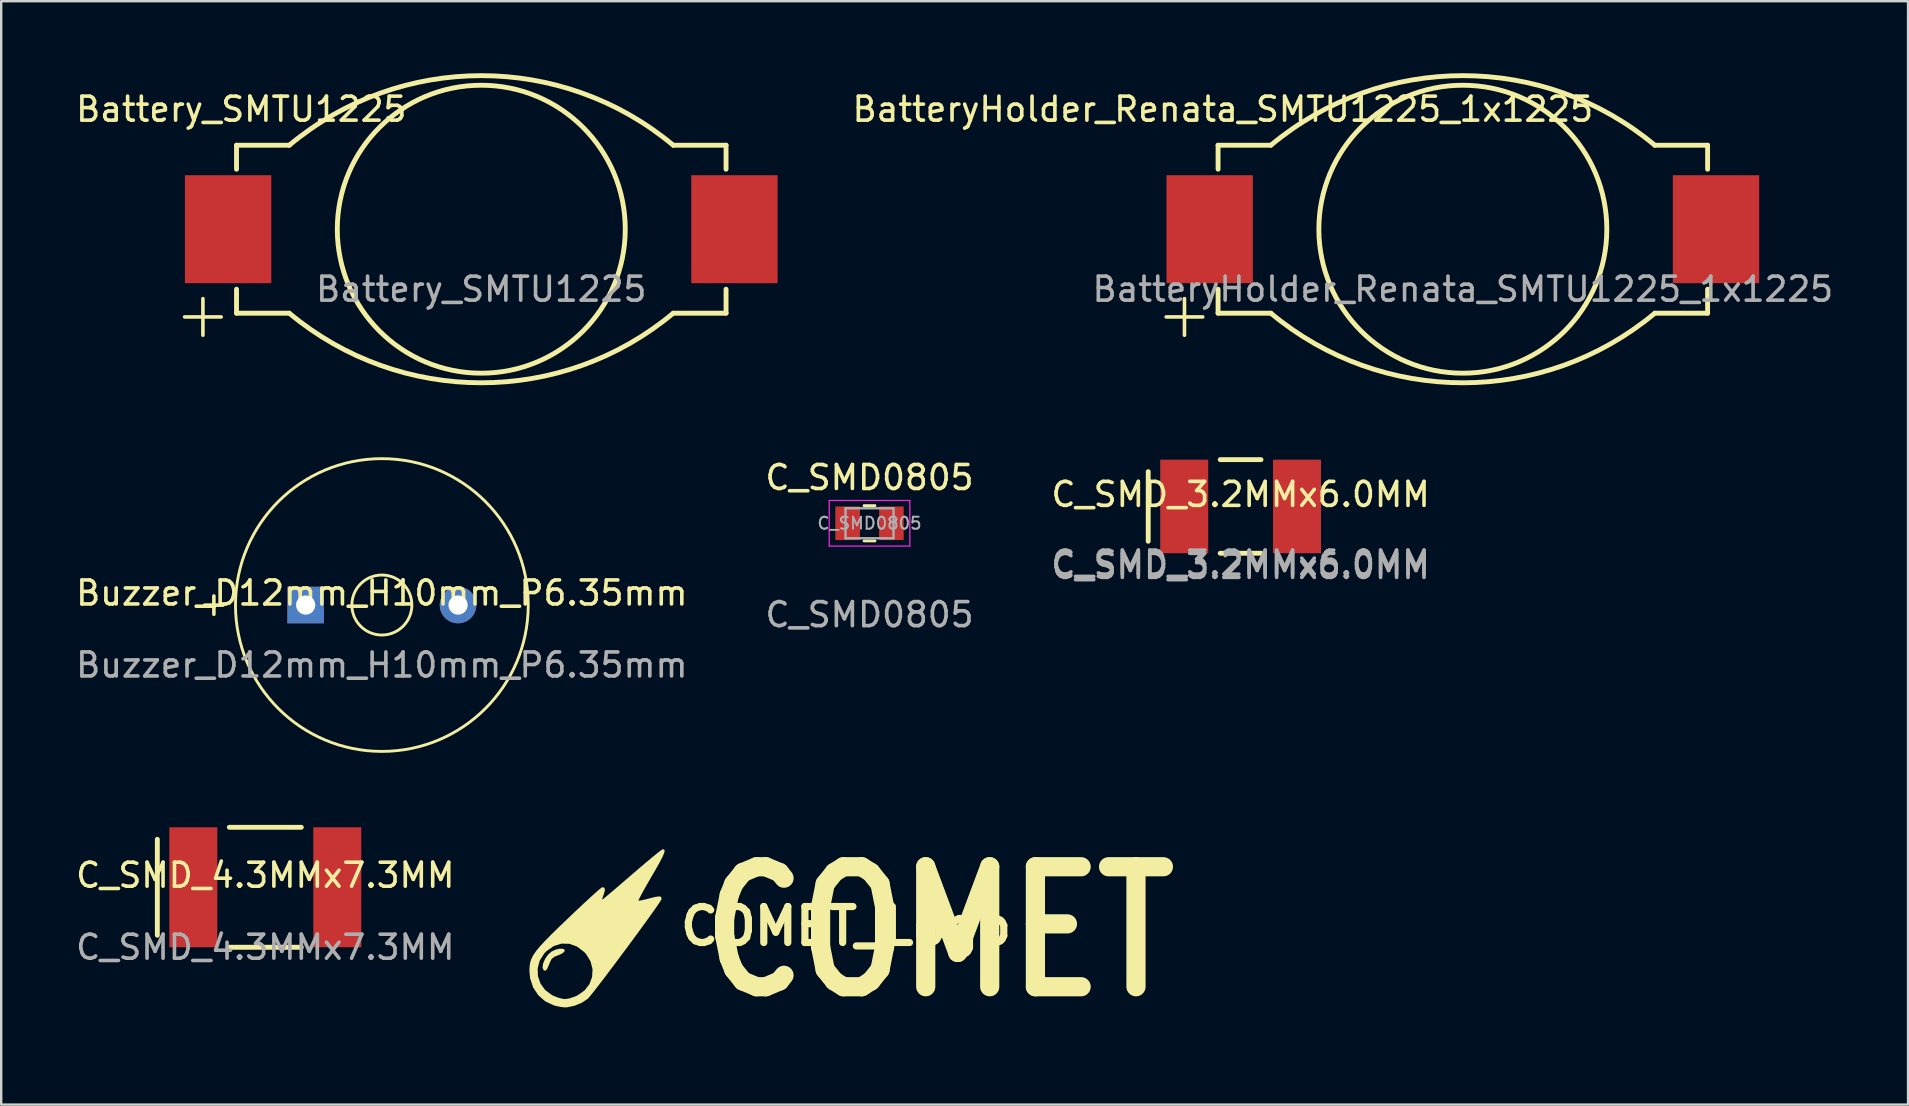
<source format=kicad_pcb>
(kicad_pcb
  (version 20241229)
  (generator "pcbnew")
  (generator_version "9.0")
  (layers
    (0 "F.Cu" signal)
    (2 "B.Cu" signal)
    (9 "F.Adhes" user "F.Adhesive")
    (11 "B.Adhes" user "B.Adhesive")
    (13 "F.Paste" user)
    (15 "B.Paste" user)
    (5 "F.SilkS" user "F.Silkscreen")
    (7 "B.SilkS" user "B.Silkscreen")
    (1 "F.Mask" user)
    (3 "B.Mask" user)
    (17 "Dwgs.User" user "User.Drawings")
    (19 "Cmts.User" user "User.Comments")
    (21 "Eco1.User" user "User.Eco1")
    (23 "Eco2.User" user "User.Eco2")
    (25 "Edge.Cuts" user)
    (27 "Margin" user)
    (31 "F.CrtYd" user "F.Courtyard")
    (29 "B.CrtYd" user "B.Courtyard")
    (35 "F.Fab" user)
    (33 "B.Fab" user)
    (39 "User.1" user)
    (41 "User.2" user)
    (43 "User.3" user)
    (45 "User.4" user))
  (footprint "BatteryHolder_Renata_SMTU1225_1x1225"
    (layer "F.Cu")
    (at 57.91 6.502)
    (property "Reference" "BatteryHolder_Renata_SMTU1225_1x1225" (at -10 -5 0) (unlocked yes) (layer "F.SilkS") (effects (font (size 1 1) (thickness 0.15))))
    (attr smd)
    (fp_line (start -10.2 -3.5) (end -8 -3.5) (stroke (width 0.203) (type solid)) (layer "F.SilkS"))
    (fp_line (start -10.2 -2.5) (end -10.2 -3.5) (stroke (width 0.203) (type solid)) (layer "F.SilkS"))
    (fp_line (start -10.2 2.5) (end -10.2 3.5) (stroke (width 0.203) (type solid)) (layer "F.SilkS"))
    (fp_line (start -10.2 3.5) (end -8 3.5) (stroke (width 0.203) (type solid)) (layer "F.SilkS"))
    (fp_line (start 10.2 -3.5) (end 8 -3.5) (stroke (width 0.203) (type solid)) (layer "F.SilkS"))
    (fp_line (start 10.2 -2.5) (end 10.2 -3.5) (stroke (width 0.203) (type solid)) (layer "F.SilkS"))
    (fp_line (start 10.2 2.5) (end 10.2 3.5) (stroke (width 0.203) (type solid)) (layer "F.SilkS"))
    (fp_line (start 10.2 3.5) (end 8 3.5) (stroke (width 0.203) (type solid)) (layer "F.SilkS"))
    (fp_arc (start -8 -3.5) (mid 0 -6.399975) (end 8 -3.5) (stroke (width 0.2032) (type solid)) (layer "F.SilkS"))
    (fp_arc (start 8 3.500025) (mid 0 6.4) (end -8 3.500025) (stroke (width 0.2032) (type solid)) (layer "F.SilkS"))
    (fp_circle (center 0 0) (end 0 6) (stroke (width 0.203) (type solid)) (fill no) (layer "F.SilkS"))
    (fp_text user "+" (at -11.6 3.5 0) (unlocked yes) (layer "F.SilkS") (effects (font (size 2 2) (thickness 0.15))))
    (fp_text user "${REFERENCE}" (at 0 2.5 0) (unlocked yes) (layer "F.Fab") (effects (font (size 1 1) (thickness 0.15))))
    (pad "1" smd rect (at -10.55 0) (size 3.6 4.5) (layers "F.Cu" "F.Mask" "F.Paste"))
    (pad "2" smd rect (at 10.55 0) (size 3.6 4.5) (layers "F.Cu" "F.Mask" "F.Paste")))
  (footprint "C_SMD_4.3MMx7.3MM"
    (layer "F.Cu")
    (at 8.006 33.925)
    (property "Reference" "C_SMD_4.3MMx7.3MM" (at 0 -0.5 0) (unlocked yes) (layer "F.SilkS") (effects (font (size 1 1) (thickness 0.15))))
    (attr smd)
    (fp_line (start -4.5 -2) (end -4.5 2) (stroke (width 0.203) (type solid)) (layer "F.SilkS"))
    (fp_line (start -1.5 -2.5) (end 1.5 -2.5) (stroke (width 0.203) (type solid)) (layer "F.SilkS"))
    (fp_line (start -1.5 2.5) (end 1.5 2.5) (stroke (width 0.203) (type solid)) (layer "F.SilkS"))
    (fp_text user "${REFERENCE}" (at 0 2.5 0) (unlocked yes) (layer "F.Fab") (effects (font (size 1 1) (thickness 0.15))))
    (pad "1" smd rect (at -3 0) (size 2 5) (layers "F.Cu" "F.Mask" "F.Paste"))
    (pad "2" smd rect (at 3 0) (size 2 5) (layers "F.Cu" "F.Mask" "F.Paste")))
  (footprint "Battery_SMTU1225"
    (layer "F.Cu")
    (at 17.006 6.502)
    (property "Reference" "Battery_SMTU1225" (at -10 -5 0) (unlocked yes) (layer "F.SilkS") (effects (font (size 1 1) (thickness 0.15))))
    (attr smd)
    (fp_line (start -10.2 -3.5) (end -8 -3.5) (stroke (width 0.203) (type solid)) (layer "F.SilkS"))
    (fp_line (start -10.2 -2.5) (end -10.2 -3.5) (stroke (width 0.203) (type solid)) (layer "F.SilkS"))
    (fp_line (start -10.2 2.5) (end -10.2 3.5) (stroke (width 0.203) (type solid)) (layer "F.SilkS"))
    (fp_line (start -10.2 3.5) (end -8 3.5) (stroke (width 0.203) (type solid)) (layer "F.SilkS"))
    (fp_line (start 10.2 -3.5) (end 8 -3.5) (stroke (width 0.203) (type solid)) (layer "F.SilkS"))
    (fp_line (start 10.2 -2.5) (end 10.2 -3.5) (stroke (width 0.203) (type solid)) (layer "F.SilkS"))
    (fp_line (start 10.2 2.5) (end 10.2 3.5) (stroke (width 0.203) (type solid)) (layer "F.SilkS"))
    (fp_line (start 10.2 3.5) (end 8 3.5) (stroke (width 0.203) (type solid)) (layer "F.SilkS"))
    (fp_arc (start -8 -3.5) (mid 0 -6.399975) (end 8 -3.5) (stroke (width 0.2032) (type solid)) (layer "F.SilkS"))
    (fp_arc (start 8 3.500025) (mid 0 6.4) (end -8 3.500025) (stroke (width 0.2032) (type solid)) (layer "F.SilkS"))
    (fp_circle (center 0 0) (end 0 6) (stroke (width 0.203) (type solid)) (fill no) (layer "F.SilkS"))
    (fp_text user "+" (at -11.6 3.5 0) (unlocked yes) (layer "F.SilkS") (effects (font (size 2 2) (thickness 0.15))))
    (fp_text user "${REFERENCE}" (at 0 2.5 0) (unlocked yes) (layer "F.Fab") (effects (font (size 1 1) (thickness 0.15))))
    (pad "1" smd rect (at -10.55 0) (size 3.6 4.5) (layers "F.Cu" "F.Mask" "F.Paste"))
    (pad "2" smd rect (at 10.55 0) (size 3.6 4.5) (layers "F.Cu" "F.Mask" "F.Paste")))
  (footprint "COMET_Logo"
    (layer "F.Cu")
    (at 32.208 35.548)
    (property "Reference" "COMET_Logo" (at 0 0 0) (layer "F.SilkS") (effects (font (size 1.5 1.5) (thickness 0.3))))
    (attr board_only exclude_from_pos_files exclude_from_bom)
    (fp_poly (pts (xy -11.8 0.94) (xy -11.726 0.987) (xy -11.722 1.027) (xy -11.785 1.104) (xy -11.919 1.18) (xy -11.968 1.198) (xy -12.152 1.272) (xy -12.263 1.356) (xy -12.338 1.492) (xy -12.382 1.611) (xy -12.463 1.792) (xy -12.542 1.859) (xy -12.606 1.831) (xy -12.649 1.713) (xy -12.623 1.544) (xy -12.541 1.356) (xy -12.418 1.181) (xy -12.268 1.052) (xy -12.101 0.974) (xy -11.935 0.937)) (stroke (width 0) (type solid)) (fill yes) (layer "F.SilkS"))
    (fp_poly (pts (xy -7.56 -3.158) (xy -7.577 -3.061) (xy -7.644 -2.9) (xy -7.765 -2.667) (xy -7.942 -2.351) (xy -8.091 -2.095) (xy -8.269 -1.788) (xy -8.422 -1.517) (xy -8.543 -1.296) (xy -8.623 -1.142) (xy -8.653 -1.07) (xy -8.653 -1.067) (xy -8.588 -1.069) (xy -8.441 -1.098) (xy -8.241 -1.147) (xy -8.2 -1.158) (xy -7.947 -1.222) (xy -7.788 -1.244) (xy -7.708 -1.222) (xy -7.69 -1.157) (xy -7.698 -1.116) (xy -7.74 -1.041) (xy -7.844 -0.885) (xy -8.001 -0.66) (xy -8.201 -0.379) (xy -8.437 -0.053) (xy -8.698 0.306) (xy -8.977 0.685) (xy -9.264 1.072) (xy -9.55 1.456) (xy -9.827 1.824) (xy -10.084 2.165) (xy -10.315 2.465) (xy -10.508 2.714) (xy -10.656 2.899) (xy -10.75 3.007) (xy -10.766 3.023) (xy -11.005 3.185) (xy -11.305 3.31) (xy -11.611 3.377) (xy -11.737 3.383) (xy -11.906 3.362) (xy -12.113 3.316) (xy -12.181 3.297) (xy -12.537 3.129) (xy -12.828 2.874) (xy -13.042 2.549) (xy -13.167 2.17) (xy -13.196 1.869) (xy -13.192 1.751) (xy -12.852 1.751) (xy -12.841 2.077) (xy -12.736 2.386) (xy -12.541 2.657) (xy -12.262 2.867) (xy -12.227 2.885) (xy -12.018 2.97) (xy -11.813 3.025) (xy -11.712 3.036) (xy -11.539 3.01) (xy -11.326 2.941) (xy -11.197 2.885) (xy -10.902 2.68) (xy -10.696 2.416) (xy -10.583 2.113) (xy -10.566 1.791) (xy -10.647 1.469) (xy -10.83 1.167) (xy -10.916 1.073) (xy -11.213 0.848) (xy -11.534 0.732) (xy -11.862 0.725) (xy -12.183 0.826) (xy -12.479 1.034) (xy -12.577 1.135) (xy -12.766 1.43) (xy -12.852 1.751) (xy -13.192 1.751) (xy -13.19 1.694) (xy -13.169 1.535) (xy -13.123 1.381) (xy -13.045 1.222) (xy -12.928 1.047) (xy -12.762 0.845) (xy -12.54 0.605) (xy -12.255 0.317) (xy -11.897 -0.032) (xy -11.561 -0.353) (xy -11.234 -0.664) (xy -10.932 -0.947) (xy -10.665 -1.194) (xy -10.444 -1.394) (xy -10.281 -1.537) (xy -10.186 -1.614) (xy -10.168 -1.624) (xy -10.073 -1.607) (xy -10.048 -1.505) (xy -10.096 -1.329) (xy -10.102 -1.316) (xy -10.15 -1.185) (xy -10.164 -1.114) (xy -10.16 -1.109) (xy -10.11 -1.146) (xy -9.984 -1.25) (xy -9.793 -1.41) (xy -9.549 -1.617) (xy -9.264 -1.862) (xy -8.949 -2.134) (xy -8.935 -2.146) (xy -8.616 -2.42) (xy -8.323 -2.669) (xy -8.068 -2.881) (xy -7.864 -3.047) (xy -7.724 -3.157) (xy -7.658 -3.2) (xy -7.658 -3.2) (xy -7.588 -3.201)) (stroke (width 0) (type solid)) (fill yes) (layer "F.SilkS"))
    (fp_text user "COMET" (at -6.35 3.175 0) (unlocked yes) (layer "F.SilkS") (effects (font (size 5 4) (thickness 0.8) (bold yes)) (justify left bottom))))
  (footprint "C_SMD0805"
    (layer "F.Cu")
    (at 33.185 18.756)
    (property "Reference" "C_SMD0805" (at 0 -1.905 0) (unlocked yes) (layer "F.SilkS") (effects (font (size 1 1) (thickness 0.15))))
    (attr smd)
    (fp_line (start -0.227 -0.735) (end 0.227 -0.735) (stroke (width 0.12) (type solid)) (layer "F.SilkS"))
    (fp_line (start -0.227 0.735) (end 0.227 0.735) (stroke (width 0.12) (type solid)) (layer "F.SilkS"))
    (fp_line (start -1.68 -0.95) (end 1.68 -0.95) (stroke (width 0.05) (type solid)) (layer "F.CrtYd"))
    (fp_line (start -1.68 0.95) (end -1.68 -0.95) (stroke (width 0.05) (type solid)) (layer "F.CrtYd"))
    (fp_line (start 1.68 -0.95) (end 1.68 0.95) (stroke (width 0.05) (type solid)) (layer "F.CrtYd"))
    (fp_line (start 1.68 0.95) (end -1.68 0.95) (stroke (width 0.05) (type solid)) (layer "F.CrtYd"))
    (fp_line (start -1 -0.625) (end 1 -0.625) (stroke (width 0.1) (type solid)) (layer "F.Fab"))
    (fp_line (start -1 0.625) (end -1 -0.625) (stroke (width 0.1) (type solid)) (layer "F.Fab"))
    (fp_line (start 1 -0.625) (end 1 0.625) (stroke (width 0.1) (type solid)) (layer "F.Fab"))
    (fp_line (start 1 0.625) (end -1 0.625) (stroke (width 0.1) (type solid)) (layer "F.Fab"))
    (fp_text user "${REFERENCE}" (at 0 3.81 0) (unlocked yes) (layer "F.Fab") (effects (font (size 1 1) (thickness 0.15))))
    (fp_text user "${REFERENCE}" (at 0 0 0) (layer "F.Fab") (effects (font (size 0.5 0.5) (thickness 0.08))))
    (pad "1" smd rect (at -0.912 0) (size 1.025 1.4) (layers "F.Cu" "F.Mask" "F.Paste"))
    (pad "2" smd rect (at 0.912 0) (size 1.025 1.4) (layers "F.Cu" "F.Mask" "F.Paste")))
  (footprint "Buzzer_D12mm_H10mm_P6.35mm"
    (layer "F.Cu")
    (at 12.863 22.163)
    (property "Reference" "Buzzer_D12mm_H10mm_P6.35mm" (at 0 -0.5 0) (unlocked yes) (layer "F.SilkS") (effects (font (size 1 1) (thickness 0.15))))
    (attr through_hole)
    (fp_circle (center 0 0) (end 1.25 0) (stroke (width 0.12) (type solid)) (fill no) (layer "F.SilkS"))
    (fp_circle (center 0 0) (end 6.1 0) (stroke (width 0.12) (type solid)) (fill no) (layer "F.SilkS"))
    (fp_text user "+" (at -7 -0.07 0) (unlocked yes) (layer "F.SilkS") (effects (font (size 1 1) (thickness 0.15))))
    (fp_text user "${REFERENCE}" (at 0 2.5 0) (unlocked yes) (layer "F.Fab") (effects (font (size 1 1) (thickness 0.15))))
    (pad "1" thru_hole rect (at -3.175 0) (size 1.524 1.524) (drill 0.8) (layers "*.Cu" "*.Mask"))
    (pad "2" thru_hole circle (at 3.175 0) (size 1.524 1.524) (drill 0.8) (layers "*.Cu" "*.Mask")))
  (footprint "C_SMD_3.2MMx6.0MM"
    (layer "F.Cu")
    (at 48.649 18.055)
    (property "Reference" "C_SMD_3.2MMx6.0MM" (at 0 -0.5 0) (unlocked yes) (layer "F.SilkS") (effects (font (size 1 1) (thickness 0.15))))
    (attr smd)
    (fp_line (start -3.85 -1.45) (end -3.85 1.45) (stroke (width 0.203) (type solid)) (layer "F.SilkS"))
    (fp_line (start -0.85 -1.95) (end 0.85 -1.95) (stroke (width 0.203) (type solid)) (layer "F.SilkS"))
    (fp_line (start -0.85 1.95) (end 0.85 1.95) (stroke (width 0.203) (type solid)) (layer "F.SilkS"))
    (fp_text user "${REFERENCE}" (at 0 2.365 0) (unlocked yes) (layer "F.Fab") (effects (font (size 1 1) (thickness 0.15))))
    (fp_text user "${REFERENCE}" (at 0 2.5 0) (unlocked yes) (layer "F.Fab") (effects (font (size 1 1) (thickness 0.15))))
    (pad "1" smd rect (at -2.35 0) (size 2 3.9) (layers "F.Cu" "F.Mask" "F.Paste"))
    (pad "2" smd rect (at 2.35 0) (size 2 3.9) (layers "F.Cu" "F.Mask" "F.Paste")))
  (gr_rect
    (start -3 -3)
    (end 76.463 42.981)
    (stroke (width 0.1) (type default))
    (fill no)
    (layer "Edge.Cuts")))
</source>
